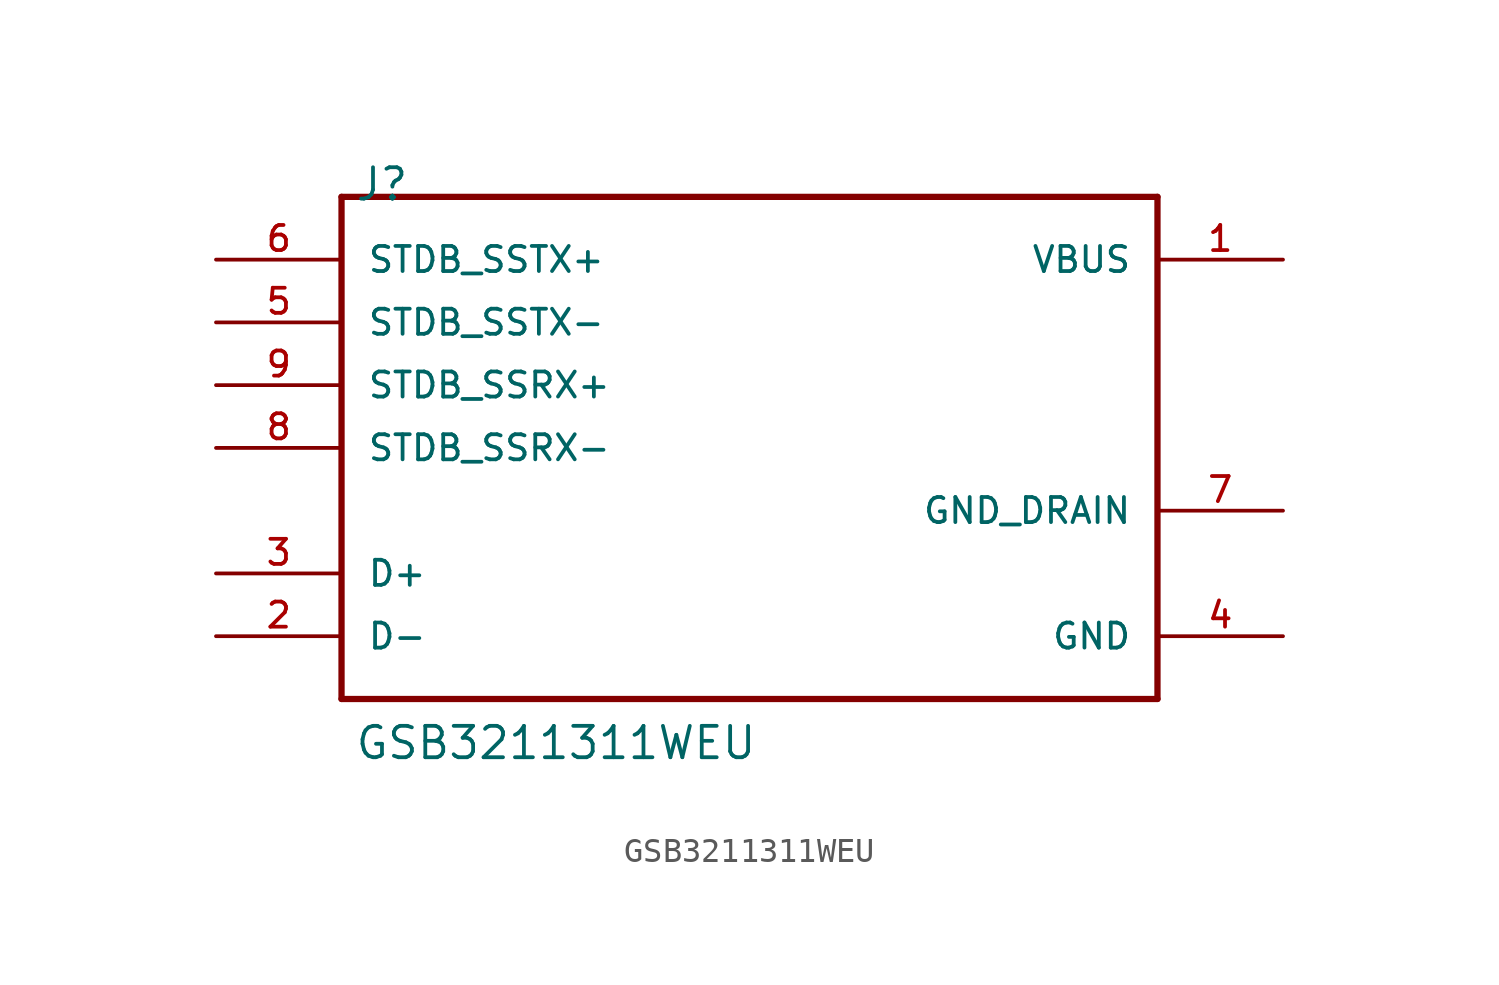
<source format=kicad_sym>
(kicad_symbol_lib
  (version 20220914)
  (generator kicad_symbol_editor)
  (symbol "GSB3211311WEU"
    (pin_names
      (offset 1.016))
    (property "Reference" "J"
      (at -17.272 10.668 0)
      (effects (font (size 1.27 1.27)) (justify left)))
    (property "Value" "GSB3211311WEU"
      (at -17.272 -11.938 0)
      (effects (font (size 1.27 1.27)) (justify left)))
    (property "ki_locked" ""
      (at 0 0 0)
      (effects (font (size 1.27 1.27))))
    (symbol "GSB3211311WEU_0_0"
      (polyline (pts (xy -17.78 -10.16) (xy 15.24 -10.16)) (stroke (width 0.254) (type solid)) (fill (type none)))
      (polyline (pts (xy -17.78 10.16) (xy -17.78 -10.16)) (stroke (width 0.254) (type solid)) (fill (type none)))
      (polyline (pts (xy 15.24 -10.16) (xy 15.24 10.16)) (stroke (width 0.254) (type solid)) (fill (type none)))
      (polyline (pts (xy 15.24 10.16) (xy -17.78 10.16)) (stroke (width 0.254) (type solid)) (fill (type none)))
      (pin power_out line (at 20.32 7.62 180) (length 5.08) (name "VBUS" (effects (font (size 1.016 1.016)))) (number "1" (effects (font (size 1.016 1.016)))))
      (pin bidirectional line (at -22.86 -7.62 0) (length 5.08) (name "D-" (effects (font (size 1.016 1.016)))) (number "2" (effects (font (size 1.016 1.016)))))
      (pin bidirectional line (at -22.86 -5.08 0) (length 5.08) (name "D+" (effects (font (size 1.016 1.016)))) (number "3" (effects (font (size 1.016 1.016)))))
      (pin power_out line (at 20.32 -7.62 180) (length 5.08) (name "GND" (effects (font (size 1.016 1.016)))) (number "4" (effects (font (size 1.016 1.016)))))
      (pin bidirectional line (at -22.86 5.08 0) (length 5.08) (name "STDB_SSTX-" (effects (font (size 1.016 1.016)))) (number "5" (effects (font (size 1.016 1.016)))))
      (pin bidirectional line (at -22.86 7.62 0) (length 5.08) (name "STDB_SSTX+" (effects (font (size 1.016 1.016)))) (number "6" (effects (font (size 1.016 1.016)))))
      (pin input line (at 20.32 -2.54 180) (length 5.08) (name "GND_DRAIN" (effects (font (size 1.016 1.016)))) (number "7" (effects (font (size 1.016 1.016)))))
      (pin bidirectional line (at -22.86 0 0) (length 5.08) (name "STDB_SSRX-" (effects (font (size 1.016 1.016)))) (number "8" (effects (font (size 1.016 1.016)))))
      (pin bidirectional line (at -22.86 2.54 0) (length 5.08) (name "STDB_SSRX+" (effects (font (size 1.016 1.016)))) (number "9" (effects (font (size 1.016 1.016))))))))
</source>
